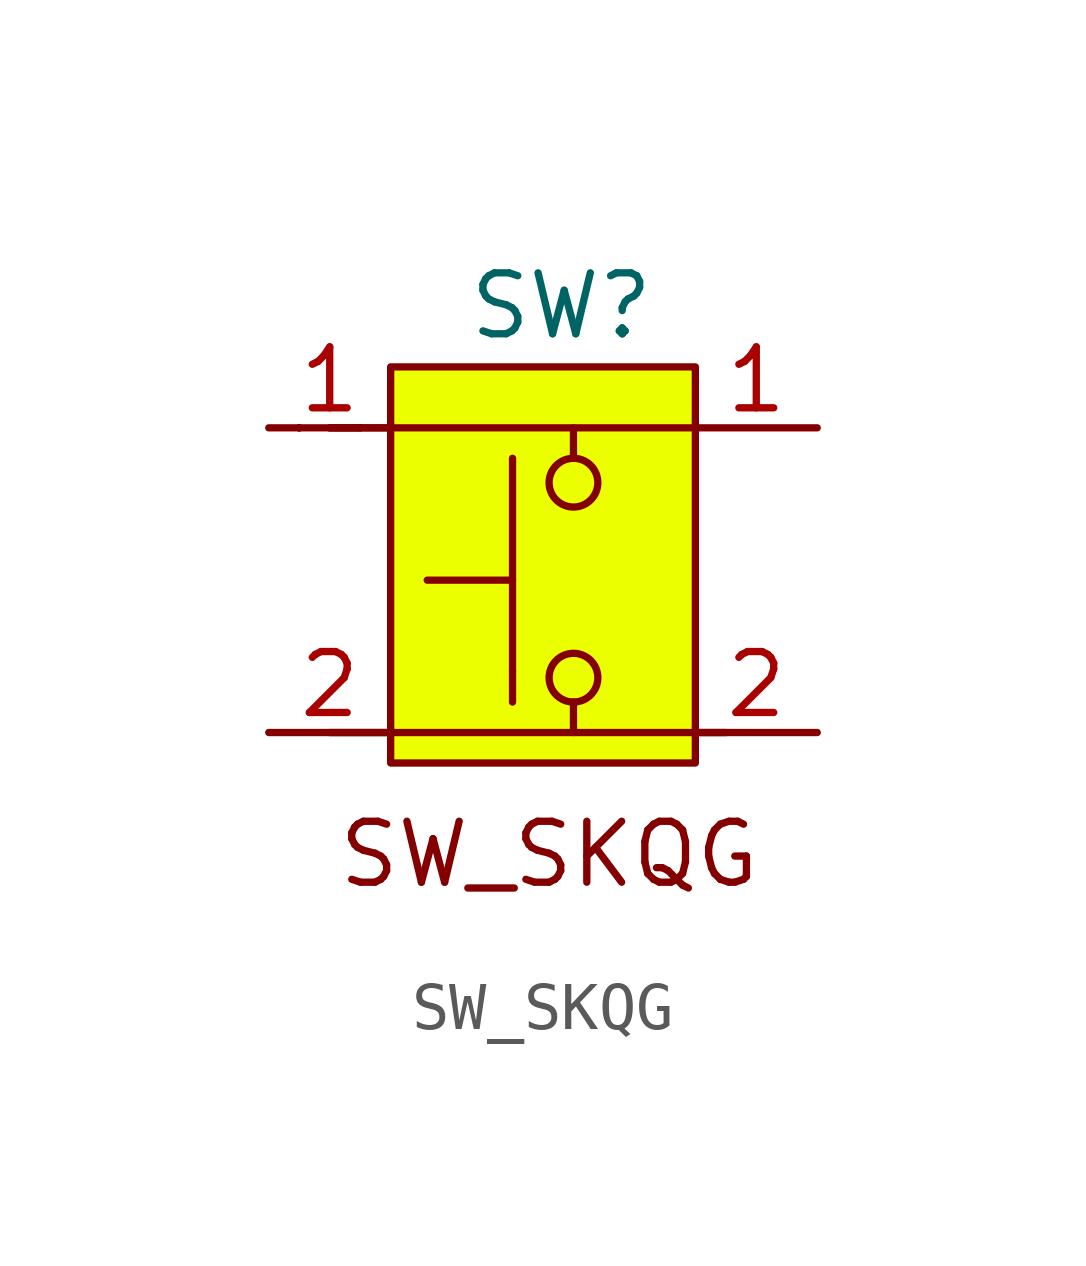
<source format=kicad_sym>
(kicad_symbol_lib
  (version 20231120)
  (generator "kicad_symbol_editor")
  (generator_version "8.0")
  (symbol "SW_SKQG"
    (property "Reference" "SW"
      (at 1.016 12.7 0)
      (effects (font (size 1.27 1.27))))
    (property "Value" ""
      (at 0 11.43 0)
      (effects (font (size 1.27 1.27))))
    (symbol "SW_SKQG_0_1"
      (rectangle (start -4.445 10.16) (end -4.445 10.16) (stroke (width 0) (type default)) (fill (type none)))
      (rectangle (start -4.445 10.16) (end -4.445 10.16) (stroke (width 0) (type default)) (fill (type none)))
      (rectangle (start -4.445 10.16) (end -4.445 10.16) (stroke (width 0) (type default)) (fill (type none)))
      (rectangle (start -3.81 10.16) (end -3.175 10.16) (stroke (width 0) (type default)) (fill (type none)))
      (rectangle (start -3.175 10.16) (end -3.175 10.16) (stroke (width 0) (type default)) (fill (type none)))
      (polyline (pts (xy -3.81 3.81) (xy 1.27 3.81)) (stroke (width 0) (type default)) (fill (type none)))
      (polyline (pts (xy 0 5.08) (xy 0 5.08)) (stroke (width 0) (type default)) (fill (type none)))
      (polyline (pts (xy 0 6.985) (xy -1.778 6.985)) (stroke (width 0) (type default)) (fill (type none)))
      (polyline (pts (xy 0 9.525) (xy 0 4.445)) (stroke (width 0) (type default)) (fill (type none)))
      (polyline (pts (xy 1.27 10.16) (xy 3.81 10.16)) (stroke (width 0) (type default)) (fill (type none)))
      (polyline (pts (xy 1.27 4.445) (xy 1.27 3.81) (xy 4.445 3.81)) (stroke (width 0) (type default)) (fill (type none)))
      (polyline (pts (xy 1.27 9.525) (xy 1.27 10.16) (xy -3.81 10.16)) (stroke (width 0) (type default)) (fill (type none)))
      (circle (center 1.27 4.953) (radius 0.508) (stroke (width 0) (type default)) (fill (type none)))
      (circle (center 1.27 9.017) (radius 0.508) (stroke (width 0) (type default)) (fill (type none))))
    (symbol "SW_SKQG_1_1"
      (rectangle (start -2.54 11.43) (end 3.81 3.175) (stroke (width 0) (type default)) (fill (type color) (color 235 255 0 1)))
      (text "SW_SKQG\n" (at 0.762 1.27 0) (effects (font (size 1.27 1.27))))
      (pin passive line (at -5.08 10.16 0) (length 2.54) (name "" (effects (font (size 1.27 1.27)))) (number "1" (effects (font (size 1.27 1.27)))))
      (pin passive line (at 6.35 10.16 180) (length 2.54) (name "" (effects (font (size 1.27 1.27)))) (number "1" (effects (font (size 1.27 1.27)))))
      (pin passive line (at -5.08 3.81 0) (length 2.54) (name "" (effects (font (size 1.27 1.27)))) (number "2" (effects (font (size 1.27 1.27)))))
      (pin passive line (at 6.35 3.81 180) (length 2.54) (name "" (effects (font (size 1.27 1.27)))) (number "2" (effects (font (size 1.27 1.27))))))))
</source>
